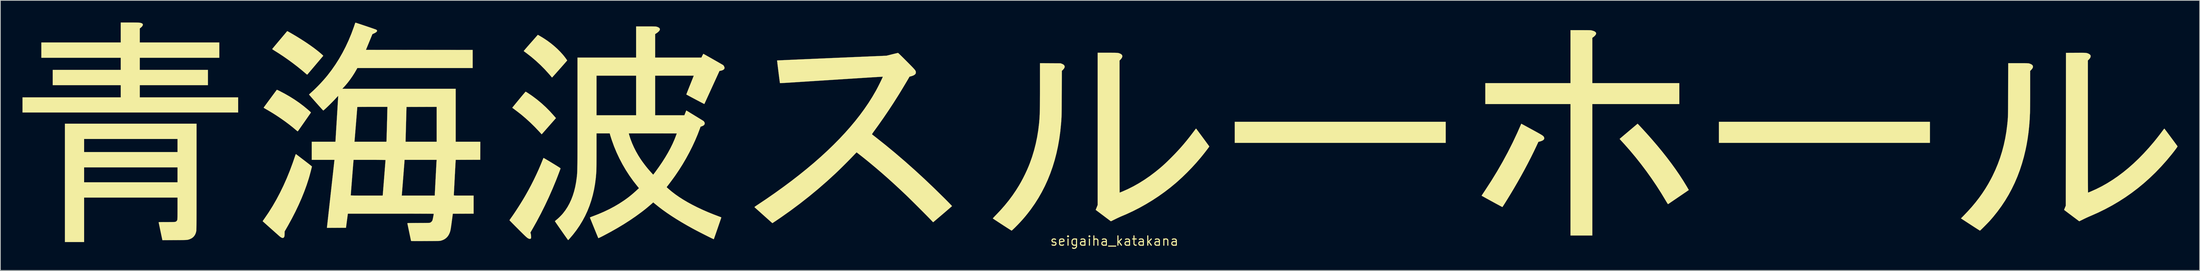
<source format=kicad_pcb>
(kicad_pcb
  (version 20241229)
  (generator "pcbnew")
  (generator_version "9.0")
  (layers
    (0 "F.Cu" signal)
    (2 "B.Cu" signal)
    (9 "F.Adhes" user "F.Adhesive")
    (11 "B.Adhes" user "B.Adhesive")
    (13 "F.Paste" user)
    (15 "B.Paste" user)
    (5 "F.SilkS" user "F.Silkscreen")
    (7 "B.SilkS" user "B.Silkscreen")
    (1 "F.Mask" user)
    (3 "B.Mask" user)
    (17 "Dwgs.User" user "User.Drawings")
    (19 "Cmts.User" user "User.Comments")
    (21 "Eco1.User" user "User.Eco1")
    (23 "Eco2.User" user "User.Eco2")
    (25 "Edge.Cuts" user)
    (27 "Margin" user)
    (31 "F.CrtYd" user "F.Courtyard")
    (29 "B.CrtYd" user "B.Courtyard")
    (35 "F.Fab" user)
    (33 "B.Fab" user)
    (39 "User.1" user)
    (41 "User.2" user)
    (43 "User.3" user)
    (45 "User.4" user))
  (footprint "seigaiha_katakana"
    (layer "F.Cu")
    (at 148.214 29.66)
    (property "Reference" "seigaiha_katakana" (at 0 0 0) (layer "F.SilkS") (effects (font (size 1.27 1.27) (thickness 0.15))))
    (attr through_hole)
    (fp_poly (pts (xy 44.979 -13.314) (xy 16.341 -13.314) (xy 16.341 -16.171) (xy 44.979 -16.171) (xy 44.979 -13.314)) (stroke (width 0.01) (type solid)) (fill yes) (layer "F.SilkS"))
    (fp_poly (pts (xy 110.702 -13.314) (xy 82.063 -13.314) (xy 82.063 -16.171) (xy 110.702 -16.171) (xy 110.702 -13.314)) (stroke (width 0.01) (type solid)) (fill yes) (layer "F.SilkS"))
    (fp_poly (pts (xy 63.272 -28.617) (xy 63.548 -28.617) (xy 63.784 -28.617) (xy 63.985 -28.616) (xy 64.154 -28.615) (xy 64.295 -28.614) (xy 64.41 -28.612) (xy 64.504 -28.609) (xy 64.58 -28.606) (xy 64.641 -28.602) (xy 64.691 -28.597) (xy 64.733 -28.591) (xy 64.77 -28.584) (xy 64.804 -28.576) (xy 64.999 -28.521) (xy 65.153 -28.459) (xy 65.268 -28.389) (xy 65.346 -28.311) (xy 65.372 -28.267) (xy 65.394 -28.211) (xy 65.397 -28.162) (xy 65.383 -28.096) (xy 65.383 -28.095) (xy 65.342 -28.005) (xy 65.267 -27.905) (xy 65.165 -27.799) (xy 65.042 -27.694) (xy 65.012 -27.672) (xy 64.876 -27.572) (xy 64.876 -21.421) (xy 76.687 -21.421) (xy 76.687 -18.584) (xy 64.876 -18.584) (xy 64.876 -0.741) (xy 61.913 -0.741) (xy 61.913 -18.584) (xy 50.355 -18.584) (xy 50.355 -21.421) (xy 61.913 -21.421) (xy 61.913 -28.617) (xy 63.272 -28.617)) (stroke (width 0.01) (type solid)) (fill yes) (layer "F.SilkS"))
    (fp_poly (pts (xy -133.378 -29.654) (xy -133.139 -29.654) (xy -132.935 -29.652) (xy -132.762 -29.65) (xy -132.617 -29.647) (xy -132.496 -29.642) (xy -132.396 -29.635) (xy -132.313 -29.627) (xy -132.243 -29.617) (xy -132.183 -29.605) (xy -132.129 -29.59) (xy -132.077 -29.572) (xy -132.034 -29.555) (xy -131.941 -29.502) (xy -131.887 -29.434) (xy -131.871 -29.353) (xy -131.893 -29.261) (xy -131.951 -29.159) (xy -132.047 -29.051) (xy -132.146 -28.963) (xy -132.292 -28.845) (xy -132.292 -26.945) (xy -121.497 -26.945) (xy -121.497 -24.871) (xy -132.292 -24.871) (xy -132.292 -23.22) (xy -123.042 -23.22) (xy -123.042 -21.145) (xy -132.292 -21.145) (xy -132.292 -19.494) (xy -118.936 -19.494) (xy -118.936 -17.441) (xy -148.209 -17.441) (xy -148.209 -19.494) (xy -134.874 -19.494) (xy -134.874 -21.145) (xy -144.103 -21.145) (xy -144.103 -23.22) (xy -134.874 -23.22) (xy -134.874 -24.871) (xy -145.648 -24.871) (xy -145.648 -26.945) (xy -134.874 -26.945) (xy -134.874 -29.654) (xy -133.656 -29.654) (xy -133.378 -29.654)) (stroke (width 0.01) (type solid)) (fill yes) (layer "F.SilkS"))
    (fp_poly (pts (xy 71.192 -15.743) (xy 71.374 -15.55) (xy 71.578 -15.331) (xy 71.798 -15.092) (xy 72.029 -14.839) (xy 72.266 -14.578) (xy 72.502 -14.315) (xy 72.732 -14.056) (xy 72.951 -13.807) (xy 72.975 -13.78) (xy 73.683 -12.954) (xy 74.357 -12.137) (xy 74.997 -11.328) (xy 75.603 -10.53) (xy 76.173 -9.742) (xy 76.707 -8.966) (xy 77.203 -8.203) (xy 77.661 -7.455) (xy 77.878 -7.082) (xy 77.974 -6.914) (xy 77.865 -6.837) (xy 77.83 -6.812) (xy 77.764 -6.768) (xy 77.672 -6.704) (xy 77.556 -6.625) (xy 77.419 -6.532) (xy 77.266 -6.427) (xy 77.098 -6.313) (xy 76.921 -6.192) (xy 76.736 -6.066) (xy 76.546 -5.937) (xy 76.357 -5.808) (xy 76.17 -5.681) (xy 75.989 -5.558) (xy 75.817 -5.441) (xy 75.658 -5.333) (xy 75.515 -5.235) (xy 75.391 -5.151) (xy 75.289 -5.082) (xy 75.213 -5.031) (xy 75.167 -5) (xy 75.152 -4.99) (xy 75.137 -5.005) (xy 75.103 -5.051) (xy 75.054 -5.126) (xy 74.992 -5.224) (xy 74.921 -5.34) (xy 74.843 -5.471) (xy 74.826 -5.5) (xy 74.224 -6.499) (xy 73.585 -7.497) (xy 72.913 -8.489) (xy 72.212 -9.47) (xy 71.486 -10.433) (xy 70.74 -11.374) (xy 69.976 -12.287) (xy 69.201 -13.166) (xy 68.816 -13.584) (xy 68.737 -13.671) (xy 68.671 -13.747) (xy 68.621 -13.808) (xy 68.593 -13.847) (xy 68.589 -13.859) (xy 68.608 -13.875) (xy 68.656 -13.916) (xy 68.731 -13.98) (xy 68.831 -14.065) (xy 68.953 -14.168) (xy 69.095 -14.288) (xy 69.254 -14.423) (xy 69.428 -14.569) (xy 69.613 -14.726) (xy 69.808 -14.89) (xy 69.815 -14.896) (xy 71.025 -15.917) (xy 71.192 -15.743)) (stroke (width 0.01) (type solid)) (fill yes) (layer "F.SilkS"))
    (fp_poly (pts (xy -79.875 -20.249) (xy -79.811 -20.211) (xy -79.723 -20.156) (xy -79.616 -20.087) (xy -79.496 -20.008) (xy -79.368 -19.922) (xy -79.236 -19.833) (xy -79.107 -19.744) (xy -78.988 -19.66) (xy -78.367 -19.194) (xy -77.76 -18.691) (xy -77.173 -18.154) (xy -76.608 -17.585) (xy -76.07 -16.989) (xy -76.06 -16.977) (xy -75.797 -16.672) (xy -75.847 -16.617) (xy -75.87 -16.592) (xy -75.918 -16.538) (xy -75.988 -16.458) (xy -76.079 -16.354) (xy -76.188 -16.231) (xy -76.312 -16.09) (xy -76.449 -15.935) (xy -76.596 -15.768) (xy -76.75 -15.592) (xy -76.771 -15.568) (xy -76.926 -15.392) (xy -77.074 -15.224) (xy -77.212 -15.067) (xy -77.337 -14.925) (xy -77.448 -14.8) (xy -77.541 -14.694) (xy -77.614 -14.611) (xy -77.665 -14.555) (xy -77.69 -14.526) (xy -77.692 -14.525) (xy -77.738 -14.476) (xy -78.053 -14.821) (xy -78.658 -15.46) (xy -79.273 -16.063) (xy -79.906 -16.639) (xy -80.472 -17.119) (xy -80.547 -17.18) (xy -80.644 -17.257) (xy -80.757 -17.345) (xy -80.881 -17.442) (xy -81.012 -17.542) (xy -81.145 -17.643) (xy -81.274 -17.741) (xy -81.395 -17.832) (xy -81.502 -17.913) (xy -81.592 -17.979) (xy -81.658 -18.026) (xy -81.696 -18.052) (xy -81.698 -18.053) (xy -81.723 -18.079) (xy -81.714 -18.106) (xy -81.697 -18.127) (xy -81.656 -18.179) (xy -81.592 -18.257) (xy -81.508 -18.36) (xy -81.407 -18.484) (xy -81.29 -18.627) (xy -81.16 -18.785) (xy -81.019 -18.957) (xy -80.87 -19.138) (xy -80.814 -19.206) (xy -80.655 -19.4) (xy -80.505 -19.58) (xy -80.368 -19.744) (xy -80.244 -19.89) (xy -80.137 -20.016) (xy -80.048 -20.119) (xy -79.979 -20.196) (xy -79.933 -20.246) (xy -79.91 -20.266) (xy -79.909 -20.266) (xy -79.875 -20.249)) (stroke (width 0.01) (type solid)) (fill yes) (layer "F.SilkS"))
    (fp_poly (pts (xy -113.662 -20.516) (xy -113.606 -20.494) (xy -113.526 -20.459) (xy -113.429 -20.413) (xy -113.343 -20.371) (xy -112.618 -19.991) (xy -111.929 -19.597) (xy -111.275 -19.187) (xy -110.651 -18.758) (xy -110.054 -18.307) (xy -109.48 -17.833) (xy -109.288 -17.665) (xy -109.206 -17.59) (xy -109.137 -17.524) (xy -109.087 -17.471) (xy -109.061 -17.438) (xy -109.058 -17.431) (xy -109.072 -17.41) (xy -109.107 -17.358) (xy -109.162 -17.278) (xy -109.234 -17.174) (xy -109.321 -17.048) (xy -109.421 -16.904) (xy -109.531 -16.746) (xy -109.649 -16.577) (xy -109.773 -16.4) (xy -109.899 -16.218) (xy -110.027 -16.036) (xy -110.153 -15.855) (xy -110.276 -15.68) (xy -110.392 -15.515) (xy -110.5 -15.361) (xy -110.597 -15.223) (xy -110.68 -15.105) (xy -110.749 -15.008) (xy -110.799 -14.938) (xy -110.829 -14.896) (xy -110.836 -14.887) (xy -110.855 -14.883) (xy -110.888 -14.898) (xy -110.941 -14.936) (xy -111.018 -14.998) (xy -111.083 -15.053) (xy -111.55 -15.442) (xy -112.049 -15.835) (xy -112.572 -16.226) (xy -113.111 -16.607) (xy -113.602 -16.938) (xy -113.79 -17.061) (xy -113.967 -17.174) (xy -114.138 -17.283) (xy -114.31 -17.389) (xy -114.489 -17.498) (xy -114.682 -17.613) (xy -114.895 -17.738) (xy -115.133 -17.876) (xy -115.332 -17.99) (xy -115.415 -18.042) (xy -115.462 -18.08) (xy -115.472 -18.104) (xy -115.472 -18.104) (xy -115.455 -18.129) (xy -115.415 -18.184) (xy -115.356 -18.266) (xy -115.279 -18.371) (xy -115.187 -18.496) (xy -115.083 -18.638) (xy -114.969 -18.793) (xy -114.847 -18.959) (xy -114.72 -19.131) (xy -114.59 -19.307) (xy -114.46 -19.482) (xy -114.333 -19.655) (xy -114.21 -19.821) (xy -114.094 -19.977) (xy -113.988 -20.12) (xy -113.894 -20.246) (xy -113.814 -20.353) (xy -113.751 -20.436) (xy -113.708 -20.493) (xy -113.687 -20.52) (xy -113.686 -20.521) (xy -113.662 -20.516)) (stroke (width 0.01) (type solid)) (fill yes) (layer "F.SilkS"))
    (fp_poly (pts (xy -112.257 -28.475) (xy -112.222 -28.462) (xy -112.169 -28.436) (xy -112.092 -28.394) (xy -111.986 -28.334) (xy -111.927 -28.3) (xy -111.404 -27.997) (xy -110.895 -27.692) (xy -110.403 -27.386) (xy -109.931 -27.083) (xy -109.48 -26.782) (xy -109.055 -26.487) (xy -108.656 -26.199) (xy -108.288 -25.919) (xy -107.952 -25.65) (xy -107.651 -25.394) (xy -107.478 -25.237) (xy -107.423 -25.185) (xy -107.396 -25.153) (xy -107.392 -25.131) (xy -107.405 -25.108) (xy -107.416 -25.096) (xy -107.436 -25.073) (xy -107.481 -25.02) (xy -107.549 -24.94) (xy -107.638 -24.836) (xy -107.745 -24.71) (xy -107.868 -24.564) (xy -108.005 -24.403) (xy -108.154 -24.227) (xy -108.313 -24.04) (xy -108.479 -23.844) (xy -108.644 -23.649) (xy -108.803 -23.462) (xy -108.951 -23.287) (xy -109.088 -23.126) (xy -109.211 -22.981) (xy -109.318 -22.856) (xy -109.406 -22.752) (xy -109.473 -22.673) (xy -109.518 -22.621) (xy -109.537 -22.599) (xy -109.537 -22.599) (xy -109.554 -22.584) (xy -109.573 -22.581) (xy -109.599 -22.592) (xy -109.64 -22.621) (xy -109.702 -22.673) (xy -109.762 -22.725) (xy -110.324 -23.201) (xy -110.918 -23.68) (xy -111.535 -24.153) (xy -112.167 -24.614) (xy -112.804 -25.058) (xy -113.437 -25.476) (xy -113.957 -25.802) (xy -114.067 -25.871) (xy -114.163 -25.933) (xy -114.24 -25.986) (xy -114.293 -26.025) (xy -114.315 -26.047) (xy -114.316 -26.049) (xy -114.301 -26.069) (xy -114.262 -26.119) (xy -114.2 -26.196) (xy -114.117 -26.297) (xy -114.015 -26.42) (xy -113.897 -26.562) (xy -113.764 -26.721) (xy -113.619 -26.894) (xy -113.464 -27.078) (xy -113.326 -27.242) (xy -113.164 -27.434) (xy -113.009 -27.618) (xy -112.864 -27.791) (xy -112.731 -27.949) (xy -112.611 -28.091) (xy -112.509 -28.213) (xy -112.425 -28.313) (xy -112.361 -28.388) (xy -112.322 -28.436) (xy -112.308 -28.453) (xy -112.295 -28.468) (xy -112.28 -28.476) (xy -112.257 -28.475)) (stroke (width 0.01) (type solid)) (fill yes) (layer "F.SilkS"))
    (fp_poly (pts (xy -78.242 -27.972) (xy -78.192 -27.946) (xy -78.116 -27.904) (xy -78.021 -27.849) (xy -77.912 -27.785) (xy -77.794 -27.715) (xy -77.672 -27.642) (xy -77.553 -27.568) (xy -77.442 -27.499) (xy -77.434 -27.494) (xy -76.955 -27.174) (xy -76.489 -26.828) (xy -76.041 -26.461) (xy -75.616 -26.079) (xy -75.221 -25.686) (xy -74.862 -25.288) (xy -74.769 -25.178) (xy -74.688 -25.077) (xy -74.605 -24.97) (xy -74.523 -24.862) (xy -74.447 -24.758) (xy -74.38 -24.665) (xy -74.327 -24.587) (xy -74.292 -24.53) (xy -74.278 -24.5) (xy -74.278 -24.498) (xy -74.293 -24.479) (xy -74.333 -24.431) (xy -74.396 -24.358) (xy -74.479 -24.262) (xy -74.579 -24.147) (xy -74.694 -24.016) (xy -74.821 -23.872) (xy -74.957 -23.718) (xy -75.099 -23.556) (xy -75.246 -23.391) (xy -75.393 -23.225) (xy -75.539 -23.061) (xy -75.68 -22.902) (xy -75.814 -22.751) (xy -75.938 -22.612) (xy -76.05 -22.488) (xy -76.147 -22.381) (xy -76.225 -22.294) (xy -76.283 -22.231) (xy -76.317 -22.195) (xy -76.326 -22.187) (xy -76.347 -22.199) (xy -76.382 -22.236) (xy -76.403 -22.261) (xy -76.436 -22.303) (xy -76.492 -22.369) (xy -76.564 -22.455) (xy -76.647 -22.552) (xy -76.732 -22.649) (xy -77.302 -23.278) (xy -77.903 -23.884) (xy -78.528 -24.462) (xy -79.172 -25.009) (xy -79.832 -25.519) (xy -79.915 -25.579) (xy -80.004 -25.646) (xy -80.081 -25.704) (xy -80.139 -25.749) (xy -80.171 -25.777) (xy -80.176 -25.782) (xy -80.163 -25.801) (xy -80.125 -25.848) (xy -80.063 -25.922) (xy -79.98 -26.02) (xy -79.877 -26.139) (xy -79.758 -26.277) (xy -79.625 -26.431) (xy -79.479 -26.597) (xy -79.323 -26.775) (xy -79.225 -26.886) (xy -79.064 -27.069) (xy -78.911 -27.242) (xy -78.769 -27.403) (xy -78.64 -27.55) (xy -78.526 -27.679) (xy -78.429 -27.789) (xy -78.353 -27.876) (xy -78.298 -27.938) (xy -78.268 -27.973) (xy -78.262 -27.979) (xy -78.242 -27.972)) (stroke (width 0.01) (type solid)) (fill yes) (layer "F.SilkS"))
    (fp_poly (pts (xy 55.308 -15.875) (xy 55.338 -15.859) (xy 55.403 -15.824) (xy 55.498 -15.772) (xy 55.622 -15.705) (xy 55.77 -15.625) (xy 55.939 -15.533) (xy 56.126 -15.431) (xy 56.329 -15.321) (xy 56.544 -15.204) (xy 56.727 -15.104) (xy 56.998 -14.956) (xy 57.234 -14.826) (xy 57.438 -14.714) (xy 57.613 -14.616) (xy 57.76 -14.532) (xy 57.884 -14.46) (xy 57.985 -14.398) (xy 58.068 -14.345) (xy 58.134 -14.299) (xy 58.185 -14.258) (xy 58.226 -14.221) (xy 58.257 -14.186) (xy 58.282 -14.151) (xy 58.304 -14.116) (xy 58.316 -14.093) (xy 58.354 -13.982) (xy 58.351 -13.879) (xy 58.307 -13.785) (xy 58.222 -13.698) (xy 58.096 -13.621) (xy 57.93 -13.552) (xy 57.723 -13.492) (xy 57.72 -13.491) (xy 57.559 -13.452) (xy 57.318 -12.933) (xy 56.949 -12.156) (xy 56.552 -11.353) (xy 56.13 -10.531) (xy 55.685 -9.693) (xy 55.22 -8.844) (xy 54.737 -7.989) (xy 54.239 -7.133) (xy 53.943 -6.636) (xy 53.82 -6.432) (xy 53.694 -6.224) (xy 53.567 -6.016) (xy 53.441 -5.811) (xy 53.318 -5.611) (xy 53.2 -5.421) (xy 53.089 -5.243) (xy 52.987 -5.08) (xy 52.895 -4.936) (xy 52.817 -4.814) (xy 52.753 -4.716) (xy 52.706 -4.647) (xy 52.677 -4.608) (xy 52.67 -4.602) (xy 52.649 -4.611) (xy 52.594 -4.639) (xy 52.507 -4.684) (xy 52.392 -4.745) (xy 52.252 -4.82) (xy 52.089 -4.908) (xy 51.906 -5.006) (xy 51.707 -5.114) (xy 51.493 -5.23) (xy 51.269 -5.353) (xy 51.251 -5.363) (xy 51.026 -5.486) (xy 50.812 -5.603) (xy 50.613 -5.712) (xy 50.43 -5.813) (xy 50.267 -5.904) (xy 50.127 -5.982) (xy 50.012 -6.046) (xy 49.925 -6.096) (xy 49.87 -6.128) (xy 49.848 -6.142) (xy 49.848 -6.142) (xy 49.859 -6.162) (xy 49.892 -6.214) (xy 49.943 -6.293) (xy 50.011 -6.396) (xy 50.092 -6.519) (xy 50.185 -6.659) (xy 50.286 -6.812) (xy 50.341 -6.893) (xy 51.166 -8.162) (xy 51.951 -9.442) (xy 52.696 -10.734) (xy 53.401 -12.036) (xy 54.065 -13.349) (xy 54.688 -14.672) (xy 55.108 -15.624) (xy 55.233 -15.914) (xy 55.308 -15.875)) (stroke (width 0.01) (type solid)) (fill yes) (layer "F.SilkS"))
    (fp_poly (pts (xy -111.095 -11.793) (xy -111.075 -11.777) (xy -111.024 -11.738) (xy -110.944 -11.678) (xy -110.84 -11.598) (xy -110.714 -11.502) (xy -110.569 -11.391) (xy -110.408 -11.268) (xy -110.233 -11.134) (xy -110.048 -10.993) (xy -109.998 -10.955) (xy -109.811 -10.812) (xy -109.634 -10.676) (xy -109.471 -10.549) (xy -109.323 -10.434) (xy -109.195 -10.333) (xy -109.088 -10.248) (xy -109.005 -10.181) (xy -108.95 -10.135) (xy -108.925 -10.111) (xy -108.924 -10.109) (xy -108.929 -10.074) (xy -108.944 -10.004) (xy -108.968 -9.904) (xy -108.999 -9.779) (xy -109.036 -9.635) (xy -109.076 -9.477) (xy -109.12 -9.312) (xy -109.165 -9.143) (xy -109.21 -8.976) (xy -109.253 -8.818) (xy -109.294 -8.673) (xy -109.331 -8.546) (xy -109.354 -8.467) (xy -109.638 -7.591) (xy -109.961 -6.704) (xy -110.323 -5.806) (xy -110.725 -4.895) (xy -111.165 -3.972) (xy -111.646 -3.037) (xy -112.166 -2.088) (xy -112.49 -1.525) (xy -112.631 -1.283) (xy -112.635 -0.964) (xy -112.637 -0.837) (xy -112.64 -0.745) (xy -112.646 -0.677) (xy -112.656 -0.626) (xy -112.67 -0.583) (xy -112.686 -0.548) (xy -112.744 -0.463) (xy -112.815 -0.415) (xy -112.903 -0.405) (xy -113.009 -0.432) (xy -113.063 -0.455) (xy -113.144 -0.501) (xy -113.228 -0.559) (xy -113.264 -0.587) (xy -113.309 -0.626) (xy -113.379 -0.687) (xy -113.473 -0.769) (xy -113.585 -0.869) (xy -113.715 -0.984) (xy -113.858 -1.11) (xy -114.011 -1.247) (xy -114.172 -1.39) (xy -114.338 -1.538) (xy -114.506 -1.687) (xy -114.672 -1.835) (xy -114.834 -1.979) (xy -114.988 -2.117) (xy -115.132 -2.246) (xy -115.263 -2.363) (xy -115.377 -2.466) (xy -115.473 -2.552) (xy -115.545 -2.617) (xy -115.593 -2.661) (xy -115.612 -2.679) (xy -115.612 -2.68) (xy -115.601 -2.699) (xy -115.568 -2.748) (xy -115.518 -2.821) (xy -115.454 -2.912) (xy -115.38 -3.016) (xy -115.361 -3.044) (xy -114.798 -3.869) (xy -114.259 -4.73) (xy -113.743 -5.624) (xy -113.252 -6.553) (xy -112.784 -7.515) (xy -112.341 -8.51) (xy -111.923 -9.536) (xy -111.53 -10.595) (xy -111.278 -11.329) (xy -111.22 -11.501) (xy -111.173 -11.632) (xy -111.137 -11.724) (xy -111.112 -11.778) (xy -111.096 -11.793) (xy -111.095 -11.793)) (stroke (width 0.01) (type solid)) (fill yes) (layer "F.SilkS"))
    (fp_poly (pts (xy -77.469 -11.261) (xy -77.415 -11.234) (xy -77.332 -11.187) (xy -77.222 -11.124) (xy -77.088 -11.045) (xy -76.933 -10.954) (xy -76.76 -10.85) (xy -76.573 -10.737) (xy -76.374 -10.617) (xy -76.318 -10.582) (xy -76.083 -10.439) (xy -75.882 -10.316) (xy -75.712 -10.211) (xy -75.571 -10.123) (xy -75.456 -10.051) (xy -75.365 -9.992) (xy -75.295 -9.946) (xy -75.244 -9.909) (xy -75.209 -9.882) (xy -75.187 -9.861) (xy -75.177 -9.846) (xy -75.175 -9.835) (xy -75.176 -9.833) (xy -75.193 -9.783) (xy -75.223 -9.698) (xy -75.265 -9.585) (xy -75.316 -9.448) (xy -75.374 -9.293) (xy -75.437 -9.126) (xy -75.504 -8.952) (xy -75.571 -8.776) (xy -75.638 -8.604) (xy -75.702 -8.44) (xy -75.76 -8.292) (xy -75.791 -8.213) (xy -76.263 -7.072) (xy -76.764 -5.937) (xy -77.292 -4.815) (xy -77.843 -3.713) (xy -78.414 -2.638) (xy -78.885 -1.799) (xy -78.963 -1.663) (xy -79.037 -1.534) (xy -79.103 -1.42) (xy -79.157 -1.324) (xy -79.197 -1.254) (xy -79.219 -1.217) (xy -79.267 -1.132) (xy -79.223 -0.984) (xy -79.198 -0.878) (xy -79.183 -0.757) (xy -79.177 -0.609) (xy -79.177 -0.596) (xy -79.176 -0.492) (xy -79.178 -0.421) (xy -79.183 -0.376) (xy -79.194 -0.347) (xy -79.212 -0.326) (xy -79.224 -0.316) (xy -79.298 -0.282) (xy -79.394 -0.282) (xy -79.485 -0.307) (xy -79.527 -0.324) (xy -79.569 -0.344) (xy -79.615 -0.37) (xy -79.665 -0.404) (xy -79.722 -0.448) (xy -79.789 -0.503) (xy -79.867 -0.572) (xy -79.96 -0.657) (xy -80.068 -0.759) (xy -80.195 -0.882) (xy -80.342 -1.026) (xy -80.512 -1.194) (xy -80.707 -1.387) (xy -80.929 -1.609) (xy -80.957 -1.637) (xy -81.14 -1.82) (xy -81.314 -1.994) (xy -81.476 -2.158) (xy -81.625 -2.308) (xy -81.758 -2.443) (xy -81.873 -2.561) (xy -81.968 -2.658) (xy -82.039 -2.733) (xy -82.086 -2.783) (xy -82.105 -2.806) (xy -82.106 -2.807) (xy -82.094 -2.832) (xy -82.061 -2.884) (xy -82.013 -2.956) (xy -81.953 -3.042) (xy -81.933 -3.071) (xy -81.677 -3.434) (xy -81.409 -3.828) (xy -81.134 -4.244) (xy -80.856 -4.675) (xy -80.58 -5.112) (xy -80.312 -5.548) (xy -80.057 -5.975) (xy -79.887 -6.269) (xy -79.519 -6.926) (xy -79.158 -7.604) (xy -78.808 -8.295) (xy -78.474 -8.99) (xy -78.158 -9.68) (xy -77.868 -10.356) (xy -77.714 -10.732) (xy -77.658 -10.871) (xy -77.606 -10.998) (xy -77.561 -11.106) (xy -77.525 -11.191) (xy -77.5 -11.247) (xy -77.489 -11.269) (xy -77.469 -11.261)) (stroke (width 0.01) (type solid)) (fill yes) (layer "F.SilkS"))
    (fp_poly (pts (xy -7.313 -24.119) (xy -7.162 -24.064) (xy -7.011 -24) (xy -6.897 -23.93) (xy -6.816 -23.852) (xy -6.778 -23.791) (xy -6.746 -23.691) (xy -6.752 -23.585) (xy -6.795 -23.472) (xy -6.878 -23.349) (xy -6.996 -23.218) (xy -7.13 -23.084) (xy -7.139 -20.099) (xy -7.141 -19.672) (xy -7.142 -19.285) (xy -7.143 -18.935) (xy -7.145 -18.619) (xy -7.146 -18.334) (xy -7.148 -18.078) (xy -7.15 -17.847) (xy -7.153 -17.639) (xy -7.156 -17.451) (xy -7.159 -17.281) (xy -7.163 -17.125) (xy -7.168 -16.981) (xy -7.173 -16.846) (xy -7.179 -16.718) (xy -7.186 -16.593) (xy -7.194 -16.468) (xy -7.202 -16.342) (xy -7.212 -16.21) (xy -7.223 -16.072) (xy -7.235 -15.922) (xy -7.24 -15.864) (xy -7.342 -14.838) (xy -7.48 -13.834) (xy -7.653 -12.853) (xy -7.861 -11.895) (xy -8.104 -10.96) (xy -8.383 -10.048) (xy -8.697 -9.159) (xy -9.046 -8.293) (xy -9.43 -7.451) (xy -9.85 -6.632) (xy -10.304 -5.837) (xy -10.793 -5.065) (xy -11.317 -4.318) (xy -11.44 -4.153) (xy -11.755 -3.744) (xy -12.068 -3.356) (xy -12.386 -2.983) (xy -12.718 -2.614) (xy -13.071 -2.241) (xy -13.428 -1.879) (xy -13.547 -1.762) (xy -13.657 -1.656) (xy -13.755 -1.563) (xy -13.837 -1.488) (xy -13.899 -1.433) (xy -13.937 -1.403) (xy -13.947 -1.399) (xy -13.97 -1.41) (xy -14.025 -1.443) (xy -14.11 -1.496) (xy -14.222 -1.566) (xy -14.357 -1.652) (xy -14.513 -1.751) (xy -14.687 -1.863) (xy -14.876 -1.985) (xy -15.077 -2.115) (xy -15.229 -2.215) (xy -15.437 -2.35) (xy -15.634 -2.479) (xy -15.819 -2.6) (xy -15.987 -2.71) (xy -16.136 -2.808) (xy -16.263 -2.892) (xy -16.366 -2.96) (xy -16.441 -3.01) (xy -16.486 -3.04) (xy -16.498 -3.048) (xy -16.489 -3.069) (xy -16.452 -3.116) (xy -16.389 -3.188) (xy -16.302 -3.282) (xy -16.193 -3.397) (xy -16.065 -3.528) (xy -16.064 -3.529) (xy -15.446 -4.181) (xy -14.868 -4.84) (xy -14.327 -5.507) (xy -13.821 -6.188) (xy -13.347 -6.885) (xy -12.956 -7.511) (xy -12.669 -8.008) (xy -12.388 -8.533) (xy -12.118 -9.073) (xy -11.865 -9.617) (xy -11.634 -10.154) (xy -11.472 -10.562) (xy -11.168 -11.419) (xy -10.902 -12.295) (xy -10.674 -13.189) (xy -10.484 -14.099) (xy -10.333 -15.025) (xy -10.22 -15.965) (xy -10.171 -16.531) (xy -10.161 -16.676) (xy -10.152 -16.826) (xy -10.144 -16.982) (xy -10.136 -17.147) (xy -10.13 -17.324) (xy -10.124 -17.515) (xy -10.118 -17.722) (xy -10.114 -17.948) (xy -10.11 -18.195) (xy -10.106 -18.465) (xy -10.104 -18.761) (xy -10.101 -19.085) (xy -10.1 -19.44) (xy -10.098 -19.828) (xy -10.097 -20.251) (xy -10.097 -20.712) (xy -10.097 -21.194) (xy -10.097 -24.131) (xy -7.313 -24.119)) (stroke (width 0.01) (type solid)) (fill yes) (layer "F.SilkS"))
    (fp_poly (pts (xy 122.966 -24.13) (xy 123.201 -24.13) (xy 123.4 -24.129) (xy 123.568 -24.129) (xy 123.706 -24.127) (xy 123.819 -24.126) (xy 123.911 -24.123) (xy 123.983 -24.12) (xy 124.04 -24.116) (xy 124.086 -24.111) (xy 124.122 -24.105) (xy 124.154 -24.098) (xy 124.184 -24.09) (xy 124.198 -24.086) (xy 124.376 -24.021) (xy 124.514 -23.949) (xy 124.611 -23.868) (xy 124.67 -23.778) (xy 124.692 -23.677) (xy 124.692 -23.665) (xy 124.681 -23.57) (xy 124.647 -23.478) (xy 124.586 -23.379) (xy 124.493 -23.268) (xy 124.462 -23.235) (xy 124.312 -23.077) (xy 124.311 -20.55) (xy 124.311 -20.213) (xy 124.311 -19.879) (xy 124.31 -19.55) (xy 124.309 -19.232) (xy 124.307 -18.926) (xy 124.305 -18.638) (xy 124.304 -18.369) (xy 124.301 -18.124) (xy 124.299 -17.907) (xy 124.297 -17.72) (xy 124.294 -17.567) (xy 124.291 -17.451) (xy 124.29 -17.42) (xy 124.246 -16.491) (xy 124.178 -15.594) (xy 124.085 -14.724) (xy 123.968 -13.877) (xy 123.826 -13.049) (xy 123.688 -12.374) (xy 123.462 -11.428) (xy 123.202 -10.508) (xy 122.909 -9.613) (xy 122.581 -8.742) (xy 122.218 -7.894) (xy 121.82 -7.07) (xy 121.388 -6.267) (xy 120.92 -5.487) (xy 120.415 -4.727) (xy 119.875 -3.988) (xy 119.298 -3.268) (xy 118.917 -2.826) (xy 118.84 -2.74) (xy 118.745 -2.638) (xy 118.636 -2.523) (xy 118.516 -2.399) (xy 118.39 -2.269) (xy 118.259 -2.136) (xy 118.128 -2.003) (xy 118.001 -1.876) (xy 117.881 -1.756) (xy 117.77 -1.648) (xy 117.674 -1.555) (xy 117.595 -1.481) (xy 117.536 -1.428) (xy 117.502 -1.401) (xy 117.495 -1.398) (xy 117.473 -1.409) (xy 117.418 -1.442) (xy 117.333 -1.494) (xy 117.222 -1.564) (xy 117.087 -1.65) (xy 116.93 -1.75) (xy 116.756 -1.862) (xy 116.567 -1.984) (xy 116.365 -2.115) (xy 116.19 -2.229) (xy 114.915 -3.059) (xy 115.249 -3.397) (xy 115.835 -4.01) (xy 116.383 -4.619) (xy 116.894 -5.23) (xy 117.371 -5.845) (xy 117.817 -6.469) (xy 118.235 -7.105) (xy 118.627 -7.756) (xy 118.996 -8.427) (xy 119.19 -8.804) (xy 119.574 -9.619) (xy 119.92 -10.447) (xy 120.228 -11.29) (xy 120.497 -12.149) (xy 120.728 -13.025) (xy 120.922 -13.92) (xy 121.079 -14.833) (xy 121.198 -15.766) (xy 121.22 -15.982) (xy 121.232 -16.102) (xy 121.243 -16.213) (xy 121.252 -16.317) (xy 121.261 -16.418) (xy 121.269 -16.517) (xy 121.276 -16.616) (xy 121.282 -16.718) (xy 121.288 -16.825) (xy 121.293 -16.94) (xy 121.297 -17.065) (xy 121.301 -17.202) (xy 121.304 -17.354) (xy 121.307 -17.522) (xy 121.309 -17.71) (xy 121.312 -17.92) (xy 121.313 -18.153) (xy 121.315 -18.413) (xy 121.316 -18.701) (xy 121.317 -19.021) (xy 121.318 -19.373) (xy 121.319 -19.762) (xy 121.32 -20.188) (xy 121.321 -20.579) (xy 121.33 -24.13) (xy 122.691 -24.13) (xy 122.966 -24.13)) (stroke (width 0.01) (type solid)) (fill yes) (layer "F.SilkS"))
    (fp_poly (pts (xy -124.587 -8.723) (xy -124.587 -8.06) (xy -124.587 -7.438) (xy -124.587 -6.856) (xy -124.587 -6.311) (xy -124.588 -5.804) (xy -124.588 -5.333) (xy -124.588 -4.896) (xy -124.588 -4.493) (xy -124.589 -4.121) (xy -124.589 -3.779) (xy -124.59 -3.467) (xy -124.591 -3.182) (xy -124.592 -2.924) (xy -124.593 -2.692) (xy -124.594 -2.483) (xy -124.595 -2.296) (xy -124.596 -2.131) (xy -124.598 -1.986) (xy -124.599 -1.86) (xy -124.601 -1.75) (xy -124.603 -1.657) (xy -124.605 -1.579) (xy -124.607 -1.513) (xy -124.609 -1.46) (xy -124.611 -1.418) (xy -124.614 -1.385) (xy -124.617 -1.36) (xy -124.619 -1.347) (xy -124.681 -1.094) (xy -124.774 -0.869) (xy -124.899 -0.673) (xy -125.053 -0.506) (xy -125.239 -0.369) (xy -125.455 -0.26) (xy -125.534 -0.231) (xy -125.591 -0.211) (xy -125.642 -0.194) (xy -125.692 -0.179) (xy -125.742 -0.166) (xy -125.796 -0.155) (xy -125.858 -0.146) (xy -125.93 -0.138) (xy -126.015 -0.132) (xy -126.118 -0.127) (xy -126.24 -0.124) (xy -126.386 -0.121) (xy -126.557 -0.118) (xy -126.759 -0.116) (xy -126.993 -0.115) (xy -127.263 -0.113) (xy -127.573 -0.112) (xy -127.574 -0.112) (xy -129.217 -0.104) (xy -129.23 -0.152) (xy -129.238 -0.188) (xy -129.253 -0.258) (xy -129.275 -0.36) (xy -129.302 -0.488) (xy -129.334 -0.639) (xy -129.369 -0.806) (xy -129.407 -0.987) (xy -129.447 -1.176) (xy -129.487 -1.369) (xy -129.528 -1.562) (xy -129.567 -1.749) (xy -129.604 -1.927) (xy -129.638 -2.091) (xy -129.668 -2.236) (xy -129.694 -2.358) (xy -129.713 -2.453) (xy -129.726 -2.516) (xy -129.73 -2.542) (xy -129.731 -2.542) (xy -129.71 -2.546) (xy -129.651 -2.55) (xy -129.556 -2.553) (xy -129.43 -2.556) (xy -129.275 -2.558) (xy -129.097 -2.56) (xy -128.897 -2.561) (xy -128.68 -2.561) (xy -128.655 -2.561) (xy -128.395 -2.561) (xy -128.175 -2.562) (xy -127.989 -2.563) (xy -127.836 -2.566) (xy -127.71 -2.57) (xy -127.609 -2.576) (xy -127.529 -2.584) (xy -127.467 -2.595) (xy -127.418 -2.61) (xy -127.38 -2.627) (xy -127.348 -2.649) (xy -127.32 -2.675) (xy -127.292 -2.705) (xy -127.29 -2.708) (xy -127.24 -2.773) (xy -127.202 -2.844) (xy -127.192 -2.872) (xy -127.187 -2.913) (xy -127.182 -2.995) (xy -127.179 -3.12) (xy -127.175 -3.285) (xy -127.173 -3.492) (xy -127.171 -3.74) (xy -127.17 -4.028) (xy -127.169 -4.356) (xy -127.169 -4.419) (xy -127.169 -5.884) (xy -139.848 -5.884) (xy -139.848 0.148) (xy -142.452 0.148) (xy -142.452 -9.991) (xy -139.848 -9.991) (xy -139.848 -7.959) (xy -127.169 -7.959) (xy -127.169 -9.991) (xy -139.848 -9.991) (xy -142.452 -9.991) (xy -142.452 -13.843) (xy -139.848 -13.843) (xy -139.848 -12.065) (xy -127.169 -12.065) (xy -127.169 -13.843) (xy -139.848 -13.843) (xy -142.452 -13.843) (xy -142.452 -15.917) (xy -124.587 -15.917) (xy -124.587 -8.723)) (stroke (width 0.01) (type solid)) (fill yes) (layer "F.SilkS"))
    (fp_poly (pts (xy -0.646 -25.548) (xy -0.405 -25.548) (xy -0.199 -25.547) (xy -0.025 -25.546) (xy 0.121 -25.544) (xy 0.242 -25.54) (xy 0.342 -25.536) (xy 0.425 -25.529) (xy 0.494 -25.521) (xy 0.552 -25.51) (xy 0.603 -25.498) (xy 0.65 -25.482) (xy 0.698 -25.464) (xy 0.75 -25.443) (xy 0.773 -25.434) (xy 0.911 -25.361) (xy 1.009 -25.276) (xy 1.066 -25.179) (xy 1.084 -25.071) (xy 1.06 -24.953) (xy 0.996 -24.824) (xy 0.892 -24.686) (xy 0.831 -24.62) (xy 0.699 -24.485) (xy 0.699 -15.523) (xy 0.699 -14.868) (xy 0.699 -14.228) (xy 0.699 -13.606) (xy 0.699 -13.002) (xy 0.7 -12.417) (xy 0.7 -11.853) (xy 0.701 -11.31) (xy 0.701 -10.791) (xy 0.702 -10.295) (xy 0.702 -9.825) (xy 0.703 -9.382) (xy 0.704 -8.966) (xy 0.705 -8.579) (xy 0.706 -8.222) (xy 0.707 -7.897) (xy 0.708 -7.604) (xy 0.709 -7.345) (xy 0.71 -7.12) (xy 0.712 -6.932) (xy 0.713 -6.781) (xy 0.714 -6.668) (xy 0.715 -6.595) (xy 0.717 -6.563) (xy 0.717 -6.562) (xy 0.742 -6.569) (xy 0.799 -6.591) (xy 0.881 -6.623) (xy 0.982 -6.664) (xy 1.061 -6.696) (xy 1.827 -7.036) (xy 2.585 -7.417) (xy 3.336 -7.839) (xy 4.078 -8.304) (xy 4.813 -8.809) (xy 5.539 -9.357) (xy 6.16 -9.862) (xy 6.354 -10.028) (xy 6.539 -10.19) (xy 6.722 -10.353) (xy 6.906 -10.523) (xy 7.097 -10.704) (xy 7.301 -10.901) (xy 7.523 -11.119) (xy 7.759 -11.354) (xy 8.2 -11.804) (xy 8.619 -12.248) (xy 9.022 -12.692) (xy 9.415 -13.145) (xy 9.804 -13.613) (xy 10.196 -14.104) (xy 10.596 -14.625) (xy 10.703 -14.767) (xy 10.798 -14.892) (xy 10.885 -15.006) (xy 10.96 -15.104) (xy 11.021 -15.182) (xy 11.064 -15.235) (xy 11.086 -15.26) (xy 11.088 -15.261) (xy 11.102 -15.244) (xy 11.139 -15.197) (xy 11.196 -15.122) (xy 11.27 -15.023) (xy 11.36 -14.903) (xy 11.462 -14.765) (xy 11.575 -14.613) (xy 11.696 -14.45) (xy 11.823 -14.279) (xy 11.953 -14.104) (xy 12.083 -13.928) (xy 12.211 -13.754) (xy 12.335 -13.585) (xy 12.453 -13.425) (xy 12.561 -13.277) (xy 12.658 -13.145) (xy 12.741 -13.032) (xy 12.808 -12.94) (xy 12.855 -12.874) (xy 12.881 -12.836) (xy 12.886 -12.829) (xy 12.876 -12.805) (xy 12.842 -12.752) (xy 12.787 -12.674) (xy 12.713 -12.573) (xy 12.623 -12.453) (xy 12.521 -12.319) (xy 12.408 -12.172) (xy 12.288 -12.018) (xy 12.162 -11.858) (xy 12.035 -11.698) (xy 11.908 -11.541) (xy 11.784 -11.389) (xy 11.696 -11.282) (xy 11.118 -10.609) (xy 10.508 -9.943) (xy 9.875 -9.291) (xy 9.227 -8.662) (xy 8.571 -8.064) (xy 8.34 -7.862) (xy 7.586 -7.238) (xy 6.799 -6.636) (xy 5.984 -6.058) (xy 5.144 -5.507) (xy 4.284 -4.987) (xy 3.409 -4.498) (xy 2.522 -4.045) (xy 1.627 -3.63) (xy 0.974 -3.353) (xy 0.871 -3.309) (xy 0.74 -3.251) (xy 0.588 -3.181) (xy 0.424 -3.104) (xy 0.257 -3.024) (xy 0.1 -2.947) (xy -0.043 -2.877) (xy -0.172 -2.813) (xy -0.284 -2.758) (xy -0.374 -2.714) (xy -0.437 -2.683) (xy -0.469 -2.669) (xy -0.472 -2.668) (xy -0.489 -2.68) (xy -0.537 -2.716) (xy -0.613 -2.772) (xy -0.715 -2.848) (xy -0.838 -2.94) (xy -0.981 -3.047) (xy -1.14 -3.166) (xy -1.312 -3.296) (xy -1.495 -3.433) (xy -1.506 -3.441) (xy -2.536 -4.214) (xy -2.4 -4.552) (xy -2.265 -4.889) (xy -2.265 -25.548) (xy -0.926 -25.548) (xy -0.646 -25.548)) (stroke (width 0.01) (type solid)) (fill yes) (layer "F.SilkS"))
    (fp_poly (pts (xy 131.395 -25.545) (xy 131.54 -25.543) (xy 131.66 -25.54) (xy 131.759 -25.536) (xy 131.841 -25.53) (xy 131.909 -25.523) (xy 131.968 -25.513) (xy 132.02 -25.501) (xy 132.069 -25.487) (xy 132.119 -25.469) (xy 132.173 -25.449) (xy 132.19 -25.443) (xy 132.277 -25.401) (xy 132.366 -25.344) (xy 132.41 -25.308) (xy 132.466 -25.254) (xy 132.498 -25.209) (xy 132.513 -25.157) (xy 132.519 -25.109) (xy 132.514 -24.998) (xy 132.475 -24.887) (xy 132.4 -24.77) (xy 132.287 -24.643) (xy 132.282 -24.638) (xy 132.144 -24.5) (xy 132.144 -15.531) (xy 132.144 -14.802) (xy 132.144 -14.098) (xy 132.144 -13.42) (xy 132.144 -12.768) (xy 132.145 -12.145) (xy 132.145 -11.55) (xy 132.146 -10.984) (xy 132.146 -10.449) (xy 132.147 -9.944) (xy 132.148 -9.471) (xy 132.149 -9.031) (xy 132.15 -8.624) (xy 132.151 -8.251) (xy 132.152 -7.913) (xy 132.153 -7.611) (xy 132.154 -7.345) (xy 132.155 -7.116) (xy 132.157 -6.926) (xy 132.158 -6.775) (xy 132.16 -6.663) (xy 132.161 -6.592) (xy 132.163 -6.563) (xy 132.163 -6.562) (xy 132.188 -6.569) (xy 132.246 -6.591) (xy 132.328 -6.624) (xy 132.429 -6.664) (xy 132.507 -6.697) (xy 133.269 -7.036) (xy 134.021 -7.414) (xy 134.764 -7.833) (xy 135.498 -8.291) (xy 136.224 -8.789) (xy 136.941 -9.328) (xy 137.65 -9.907) (xy 138.351 -10.527) (xy 139.045 -11.188) (xy 139.731 -11.89) (xy 140.411 -12.634) (xy 141.067 -13.399) (xy 141.259 -13.633) (xy 141.467 -13.892) (xy 141.68 -14.163) (xy 141.891 -14.434) (xy 142.089 -14.696) (xy 142.229 -14.884) (xy 142.311 -14.993) (xy 142.384 -15.089) (xy 142.446 -15.167) (xy 142.493 -15.222) (xy 142.521 -15.25) (xy 142.526 -15.253) (xy 142.541 -15.236) (xy 142.578 -15.188) (xy 142.636 -15.112) (xy 142.711 -15.013) (xy 142.802 -14.893) (xy 142.906 -14.755) (xy 143.019 -14.603) (xy 143.141 -14.44) (xy 143.268 -14.27) (xy 143.398 -14.095) (xy 143.528 -13.92) (xy 143.656 -13.747) (xy 143.78 -13.58) (xy 143.897 -13.422) (xy 144.004 -13.276) (xy 144.099 -13.146) (xy 144.18 -13.035) (xy 144.245 -12.946) (xy 144.289 -12.884) (xy 144.313 -12.85) (xy 144.314 -12.847) (xy 144.308 -12.818) (xy 144.276 -12.76) (xy 144.22 -12.673) (xy 144.141 -12.56) (xy 144.041 -12.424) (xy 143.922 -12.266) (xy 143.785 -12.088) (xy 143.631 -11.893) (xy 143.528 -11.763) (xy 142.815 -10.906) (xy 142.082 -10.086) (xy 141.329 -9.303) (xy 140.553 -8.556) (xy 139.756 -7.844) (xy 138.936 -7.168) (xy 138.093 -6.527) (xy 137.227 -5.921) (xy 136.337 -5.349) (xy 135.422 -4.811) (xy 134.483 -4.307) (xy 133.518 -3.836) (xy 132.527 -3.398) (xy 132.45 -3.366) (xy 132.299 -3.301) (xy 132.123 -3.223) (xy 131.934 -3.136) (xy 131.744 -3.047) (xy 131.567 -2.961) (xy 131.493 -2.924) (xy 131.358 -2.856) (xy 131.235 -2.795) (xy 131.131 -2.744) (xy 131.049 -2.703) (xy 130.995 -2.677) (xy 130.974 -2.668) (xy 130.974 -2.668) (xy 130.957 -2.68) (xy 130.908 -2.716) (xy 130.832 -2.772) (xy 130.731 -2.848) (xy 130.608 -2.94) (xy 130.465 -3.047) (xy 130.306 -3.165) (xy 130.134 -3.294) (xy 129.953 -3.431) (xy 129.77 -3.568) (xy 129.598 -3.697) (xy 129.438 -3.817) (xy 129.295 -3.926) (xy 129.17 -4.019) (xy 129.068 -4.097) (xy 128.991 -4.156) (xy 128.941 -4.193) (xy 128.923 -4.208) (xy 128.925 -4.232) (xy 128.942 -4.287) (xy 128.971 -4.367) (xy 129.01 -4.463) (xy 129.028 -4.508) (xy 129.148 -4.794) (xy 129.159 -15.166) (xy 129.17 -25.538) (xy 130.502 -25.543) (xy 130.78 -25.544) (xy 131.019 -25.545) (xy 131.223 -25.545) (xy 131.395 -25.545)) (stroke (width 0.01) (type solid)) (fill yes) (layer "F.SilkS"))
    (fp_poly (pts (xy -29.341 -25.512) (xy -29.292 -25.469) (xy -29.218 -25.4) (xy -29.119 -25.306) (xy -28.999 -25.189) (xy -28.859 -25.052) (xy -28.701 -24.896) (xy -28.527 -24.724) (xy -28.339 -24.536) (xy -28.214 -24.41) (xy -27.992 -24.187) (xy -27.798 -23.991) (xy -27.63 -23.82) (xy -27.486 -23.673) (xy -27.364 -23.546) (xy -27.263 -23.438) (xy -27.18 -23.347) (xy -27.113 -23.27) (xy -27.062 -23.205) (xy -27.023 -23.149) (xy -26.994 -23.101) (xy -26.975 -23.058) (xy -26.962 -23.018) (xy -26.955 -22.979) (xy -26.95 -22.939) (xy -26.95 -22.933) (xy -26.946 -22.831) (xy -26.96 -22.754) (xy -26.996 -22.685) (xy -27.046 -22.623) (xy -27.14 -22.543) (xy -27.27 -22.47) (xy -27.432 -22.405) (xy -27.612 -22.352) (xy -27.803 -22.306) (xy -27.939 -22.069) (xy -28.008 -21.949) (xy -28.097 -21.799) (xy -28.201 -21.623) (xy -28.317 -21.428) (xy -28.442 -21.22) (xy -28.572 -21.003) (xy -28.704 -20.783) (xy -28.835 -20.567) (xy -28.961 -20.359) (xy -29.079 -20.165) (xy -29.186 -19.99) (xy -29.278 -19.841) (xy -29.316 -19.78) (xy -29.979 -18.734) (xy -30.645 -17.72) (xy -31.32 -16.726) (xy -32.012 -15.742) (xy -32.465 -15.116) (xy -32.586 -14.95) (xy -32.684 -14.815) (xy -32.76 -14.707) (xy -32.817 -14.624) (xy -32.857 -14.562) (xy -32.881 -14.518) (xy -32.893 -14.49) (xy -32.893 -14.473) (xy -32.89 -14.468) (xy -32.866 -14.448) (xy -32.814 -14.406) (xy -32.737 -14.346) (xy -32.641 -14.27) (xy -32.53 -14.184) (xy -32.417 -14.096) (xy -31.08 -13.035) (xy -29.744 -11.933) (xy -28.407 -10.788) (xy -27.071 -9.602) (xy -25.736 -8.374) (xy -24.4 -7.103) (xy -23.064 -5.79) (xy -22.907 -5.633) (xy -22.748 -5.473) (xy -22.599 -5.322) (xy -22.462 -5.182) (xy -22.339 -5.056) (xy -22.234 -4.947) (xy -22.149 -4.857) (xy -22.086 -4.789) (xy -22.049 -4.746) (xy -22.039 -4.731) (xy -22.056 -4.714) (xy -22.102 -4.671) (xy -22.176 -4.605) (xy -22.275 -4.519) (xy -22.397 -4.413) (xy -22.538 -4.291) (xy -22.698 -4.154) (xy -22.872 -4.004) (xy -23.059 -3.844) (xy -23.256 -3.676) (xy -23.322 -3.62) (xy -24.599 -2.535) (xy -25.003 -2.956) (xy -25.115 -3.072) (xy -25.254 -3.214) (xy -25.416 -3.378) (xy -25.597 -3.562) (xy -25.795 -3.761) (xy -26.005 -3.973) (xy -26.225 -4.193) (xy -26.451 -4.419) (xy -26.68 -4.648) (xy -26.908 -4.875) (xy -27.132 -5.098) (xy -27.349 -5.312) (xy -27.555 -5.516) (xy -27.747 -5.705) (xy -27.921 -5.876) (xy -28.074 -6.026) (xy -28.203 -6.15) (xy -28.269 -6.213) (xy -29.116 -7.012) (xy -29.945 -7.778) (xy -30.762 -8.515) (xy -31.569 -9.225) (xy -32.371 -9.912) (xy -33.172 -10.58) (xy -33.697 -11.009) (xy -33.839 -11.124) (xy -33.988 -11.242) (xy -34.138 -11.362) (xy -34.288 -11.481) (xy -34.432 -11.594) (xy -34.568 -11.701) (xy -34.691 -11.797) (xy -34.798 -11.88) (xy -34.885 -11.946) (xy -34.948 -11.994) (xy -34.984 -12.019) (xy -34.991 -12.022) (xy -35.008 -12.008) (xy -35.05 -11.966) (xy -35.115 -11.9) (xy -35.198 -11.815) (xy -35.297 -11.713) (xy -35.406 -11.598) (xy -35.481 -11.52) (xy -35.632 -11.363) (xy -35.807 -11.183) (xy -36.001 -10.984) (xy -36.21 -10.773) (xy -36.429 -10.553) (xy -36.653 -10.33) (xy -36.876 -10.108) (xy -37.095 -9.892) (xy -37.304 -9.687) (xy -37.498 -9.498) (xy -37.673 -9.33) (xy -37.824 -9.187) (xy -37.826 -9.185) (xy -39.005 -8.105) (xy -40.208 -7.059) (xy -41.436 -6.044) (xy -42.691 -5.059) (xy -43.976 -4.101) (xy -45.293 -3.17) (xy -45.966 -2.713) (xy -46.088 -2.632) (xy -46.197 -2.559) (xy -46.29 -2.497) (xy -46.362 -2.45) (xy -46.407 -2.422) (xy -46.421 -2.413) (xy -46.438 -2.427) (xy -46.483 -2.467) (xy -46.556 -2.531) (xy -46.652 -2.616) (xy -46.771 -2.722) (xy -46.908 -2.844) (xy -47.063 -2.982) (xy -47.232 -3.132) (xy -47.413 -3.294) (xy -47.603 -3.464) (xy -47.625 -3.484) (xy -47.817 -3.656) (xy -48 -3.82) (xy -48.172 -3.974) (xy -48.33 -4.115) (xy -48.472 -4.242) (xy -48.595 -4.352) (xy -48.696 -4.443) (xy -48.774 -4.513) (xy -48.825 -4.56) (xy -48.848 -4.58) (xy -48.848 -4.581) (xy -48.852 -4.593) (xy -48.839 -4.613) (xy -48.805 -4.644) (xy -48.749 -4.686) (xy -48.665 -4.745) (xy -48.551 -4.822) (xy -48.478 -4.87) (xy -47.254 -5.69) (xy -46.073 -6.509) (xy -44.934 -7.328) (xy -43.837 -8.145) (xy -42.782 -8.962) (xy -41.769 -9.779) (xy -40.797 -10.594) (xy -39.868 -11.409) (xy -38.981 -12.224) (xy -38.135 -13.039) (xy -37.33 -13.853) (xy -36.568 -14.667) (xy -35.846 -15.481) (xy -35.167 -16.294) (xy -34.528 -17.108) (xy -33.931 -17.922) (xy -33.375 -18.735) (xy -32.86 -19.549) (xy -32.387 -20.362) (xy -32.313 -20.496) (xy -32.233 -20.647) (xy -32.147 -20.81) (xy -32.058 -20.982) (xy -31.968 -21.159) (xy -31.879 -21.337) (xy -31.792 -21.511) (xy -31.711 -21.678) (xy -31.636 -21.833) (xy -31.57 -21.973) (xy -31.514 -22.093) (xy -31.472 -22.189) (xy -31.444 -22.257) (xy -31.434 -22.293) (xy -31.434 -22.297) (xy -31.456 -22.297) (xy -31.518 -22.294) (xy -31.617 -22.289) (xy -31.752 -22.281) (xy -31.92 -22.271) (xy -32.119 -22.259) (xy -32.346 -22.245) (xy -32.6 -22.23) (xy -32.877 -22.213) (xy -33.177 -22.194) (xy -33.495 -22.174) (xy -33.831 -22.153) (xy -34.182 -22.13) (xy -34.545 -22.107) (xy -34.713 -22.096) (xy -35.135 -22.069) (xy -35.578 -22.041) (xy -36.037 -22.011) (xy -36.508 -21.981) (xy -36.984 -21.95) (xy -37.461 -21.92) (xy -37.933 -21.889) (xy -38.396 -21.86) (xy -38.843 -21.831) (xy -39.271 -21.803) (xy -39.672 -21.778) (xy -40.043 -21.754) (xy -40.378 -21.732) (xy -40.439 -21.728) (xy -40.788 -21.706) (xy -41.146 -21.683) (xy -41.508 -21.66) (xy -41.87 -21.636) (xy -42.226 -21.614) (xy -42.572 -21.591) (xy -42.903 -21.57) (xy -43.214 -21.55) (xy -43.502 -21.532) (xy -43.76 -21.515) (xy -43.984 -21.501) (xy -44.137 -21.491) (xy -44.362 -21.477) (xy -44.575 -21.464) (xy -44.771 -21.453) (xy -44.947 -21.443) (xy -45.099 -21.435) (xy -45.223 -21.429) (xy -45.316 -21.426) (xy -45.374 -21.424) (xy -45.393 -21.426) (xy -45.398 -21.448) (xy -45.408 -21.509) (xy -45.421 -21.604) (xy -45.438 -21.728) (xy -45.459 -21.878) (xy -45.481 -22.05) (xy -45.506 -22.24) (xy -45.532 -22.443) (xy -45.559 -22.656) (xy -45.587 -22.875) (xy -45.614 -23.096) (xy -45.641 -23.313) (xy -45.667 -23.525) (xy -45.692 -23.726) (xy -45.715 -23.912) (xy -45.735 -24.08) (xy -45.751 -24.226) (xy -45.765 -24.344) (xy -45.774 -24.433) (xy -45.779 -24.486) (xy -45.779 -24.501) (xy -45.757 -24.503) (xy -45.694 -24.507) (xy -45.591 -24.512) (xy -45.448 -24.519) (xy -45.268 -24.528) (xy -45.05 -24.538) (xy -44.797 -24.549) (xy -44.509 -24.562) (xy -44.187 -24.577) (xy -43.833 -24.592) (xy -43.447 -24.61) (xy -43.03 -24.628) (xy -42.584 -24.648) (xy -42.11 -24.668) (xy -41.608 -24.69) (xy -41.08 -24.713) (xy -40.527 -24.737) (xy -39.95 -24.762) (xy -39.35 -24.788) (xy -38.728 -24.815) (xy -38.085 -24.843) (xy -37.422 -24.871) (xy -36.74 -24.9) (xy -36.041 -24.93) (xy -35.325 -24.961) (xy -34.594 -24.992) (xy -33.848 -25.024) (xy -33.697 -25.03) (xy -30.935 -25.147) (xy -30.168 -25.337) (xy -29.993 -25.38) (xy -29.83 -25.42) (xy -29.684 -25.455) (xy -29.56 -25.484) (xy -29.462 -25.507) (xy -29.395 -25.521) (xy -29.363 -25.527) (xy -29.363 -25.527) (xy -29.341 -25.512)) (stroke (width 0.01) (type solid)) (fill yes) (layer "F.SilkS"))
    (fp_poly (pts (xy -63.327 -29.125) (xy -63.089 -29.125) (xy -62.887 -29.124) (xy -62.718 -29.123) (xy -62.577 -29.121) (xy -62.463 -29.118) (xy -62.372 -29.115) (xy -62.3 -29.111) (xy -62.245 -29.107) (xy -62.202 -29.101) (xy -62.17 -29.094) (xy -62.165 -29.093) (xy -61.988 -29.037) (xy -61.852 -28.971) (xy -61.757 -28.896) (xy -61.703 -28.811) (xy -61.69 -28.719) (xy -61.718 -28.618) (xy -61.787 -28.51) (xy -61.898 -28.394) (xy -62.049 -28.272) (xy -62.169 -28.19) (xy -62.336 -28.081) (xy -62.336 -24.892) (xy -56.059 -24.892) (xy -55.933 -25.146) (xy -55.885 -25.239) (xy -55.843 -25.317) (xy -55.81 -25.373) (xy -55.79 -25.399) (xy -55.788 -25.4) (xy -55.767 -25.39) (xy -55.713 -25.361) (xy -55.63 -25.314) (xy -55.52 -25.253) (xy -55.388 -25.179) (xy -55.237 -25.093) (xy -55.07 -24.999) (xy -54.891 -24.898) (xy -54.704 -24.792) (xy -54.513 -24.683) (xy -54.32 -24.573) (xy -54.129 -24.464) (xy -53.944 -24.359) (xy -53.769 -24.258) (xy -53.606 -24.165) (xy -53.46 -24.081) (xy -53.334 -24.008) (xy -53.232 -23.949) (xy -53.156 -23.904) (xy -53.111 -23.877) (xy -53.103 -23.872) (xy -53.064 -23.833) (xy -53.019 -23.769) (xy -52.978 -23.696) (xy -52.941 -23.614) (xy -52.923 -23.553) (xy -52.919 -23.495) (xy -52.922 -23.458) (xy -52.935 -23.392) (xy -52.961 -23.342) (xy -53.01 -23.29) (xy -53.024 -23.278) (xy -53.12 -23.213) (xy -53.248 -23.157) (xy -53.399 -23.115) (xy -53.499 -23.097) (xy -53.599 -23.082) (xy -54.624 -20.839) (xy -54.757 -20.549) (xy -54.885 -20.269) (xy -55.007 -20.002) (xy -55.122 -19.752) (xy -55.228 -19.519) (xy -55.326 -19.306) (xy -55.413 -19.117) (xy -55.488 -18.953) (xy -55.551 -18.816) (xy -55.6 -18.709) (xy -55.634 -18.635) (xy -55.653 -18.596) (xy -55.656 -18.59) (xy -55.676 -18.597) (xy -55.729 -18.623) (xy -55.813 -18.665) (xy -55.922 -18.721) (xy -56.053 -18.789) (xy -56.203 -18.867) (xy -56.367 -18.953) (xy -56.542 -19.045) (xy -56.723 -19.14) (xy -56.908 -19.238) (xy -57.093 -19.336) (xy -57.273 -19.432) (xy -57.445 -19.524) (xy -57.605 -19.61) (xy -57.749 -19.688) (xy -57.873 -19.756) (xy -57.975 -19.812) (xy -58.049 -19.853) (xy -58.092 -19.879) (xy -58.102 -19.886) (xy -58.094 -19.909) (xy -58.072 -19.968) (xy -58.037 -20.059) (xy -57.99 -20.18) (xy -57.933 -20.327) (xy -57.866 -20.496) (xy -57.791 -20.684) (xy -57.71 -20.888) (xy -57.624 -21.104) (xy -57.596 -21.172) (xy -57.09 -22.437) (xy -62.336 -22.437) (xy -62.336 -17.06) (xy -60.351 -17.06) (xy -58.367 -17.061) (xy -58.274 -17.299) (xy -58.233 -17.401) (xy -58.194 -17.499) (xy -58.162 -17.579) (xy -58.142 -17.626) (xy -58.105 -17.714) (xy -56.949 -17.008) (xy -56.748 -16.885) (xy -56.556 -16.768) (xy -56.378 -16.658) (xy -56.216 -16.559) (xy -56.075 -16.472) (xy -55.955 -16.398) (xy -55.862 -16.34) (xy -55.798 -16.3) (xy -55.766 -16.279) (xy -55.763 -16.277) (xy -55.735 -16.246) (xy -55.695 -16.193) (xy -55.669 -16.155) (xy -55.624 -16.073) (xy -55.606 -15.994) (xy -55.605 -15.961) (xy -55.621 -15.856) (xy -55.672 -15.764) (xy -55.758 -15.684) (xy -55.883 -15.613) (xy -56.022 -15.558) (xy -56.168 -15.508) (xy -56.26 -15.253) (xy -56.567 -14.447) (xy -56.911 -13.633) (xy -57.29 -12.815) (xy -57.702 -12) (xy -58.143 -11.191) (xy -58.611 -10.393) (xy -59.104 -9.613) (xy -59.598 -8.883) (xy -59.69 -8.754) (xy -59.8 -8.601) (xy -59.923 -8.433) (xy -60.053 -8.256) (xy -60.185 -8.078) (xy -60.315 -7.905) (xy -60.435 -7.745) (xy -60.542 -7.606) (xy -60.628 -7.495) (xy -60.686 -7.421) (xy -60.732 -7.358) (xy -60.762 -7.315) (xy -60.77 -7.3) (xy -60.754 -7.281) (xy -60.711 -7.238) (xy -60.644 -7.177) (xy -60.56 -7.102) (xy -60.463 -7.017) (xy -60.357 -6.926) (xy -60.247 -6.834) (xy -60.139 -6.744) (xy -60.082 -6.697) (xy -59.601 -6.328) (xy -59.079 -5.963) (xy -58.518 -5.604) (xy -57.919 -5.251) (xy -57.282 -4.904) (xy -56.609 -4.564) (xy -55.901 -4.232) (xy -55.159 -3.908) (xy -54.385 -3.594) (xy -53.58 -3.289) (xy -53.52 -3.267) (xy -53.443 -3.237) (xy -53.385 -3.21) (xy -53.353 -3.19) (xy -53.351 -3.185) (xy -53.357 -3.163) (xy -53.377 -3.104) (xy -53.407 -3.013) (xy -53.448 -2.894) (xy -53.497 -2.75) (xy -53.553 -2.586) (xy -53.616 -2.404) (xy -53.683 -2.21) (xy -53.753 -2.006) (xy -53.825 -1.796) (xy -53.898 -1.586) (xy -53.97 -1.377) (xy -54.04 -1.174) (xy -54.107 -0.982) (xy -54.169 -0.803) (xy -54.226 -0.642) (xy -54.275 -0.502) (xy -54.315 -0.388) (xy -54.345 -0.303) (xy -54.364 -0.25) (xy -54.37 -0.235) (xy -54.392 -0.24) (xy -54.447 -0.263) (xy -54.534 -0.303) (xy -54.648 -0.356) (xy -54.786 -0.423) (xy -54.945 -0.501) (xy -55.121 -0.588) (xy -55.311 -0.683) (xy -55.512 -0.784) (xy -55.72 -0.889) (xy -55.933 -0.997) (xy -56.146 -1.106) (xy -56.356 -1.214) (xy -56.56 -1.32) (xy -56.755 -1.421) (xy -56.936 -1.517) (xy -57.102 -1.606) (xy -57.235 -1.677) (xy -58.012 -2.11) (xy -58.748 -2.537) (xy -59.443 -2.96) (xy -60.099 -3.379) (xy -60.715 -3.793) (xy -61.294 -4.205) (xy -61.834 -4.613) (xy -62.338 -5.02) (xy -62.405 -5.075) (xy -62.59 -5.231) (xy -62.671 -5.161) (xy -62.886 -4.974) (xy -63.075 -4.812) (xy -63.244 -4.668) (xy -63.397 -4.539) (xy -63.54 -4.421) (xy -63.679 -4.309) (xy -63.82 -4.198) (xy -63.966 -4.084) (xy -64.125 -3.963) (xy -64.22 -3.891) (xy -64.968 -3.344) (xy -65.756 -2.805) (xy -66.585 -2.274) (xy -67.454 -1.752) (xy -68.361 -1.238) (xy -69.305 -0.734) (xy -69.483 -0.642) (xy -69.63 -0.568) (xy -69.761 -0.503) (xy -69.873 -0.449) (xy -69.961 -0.41) (xy -70.021 -0.385) (xy -70.049 -0.378) (xy -70.05 -0.379) (xy -70.061 -0.403) (xy -70.086 -0.463) (xy -70.124 -0.554) (xy -70.173 -0.672) (xy -70.232 -0.815) (xy -70.299 -0.977) (xy -70.372 -1.155) (xy -70.449 -1.345) (xy -70.53 -1.543) (xy -70.613 -1.746) (xy -70.696 -1.949) (xy -70.778 -2.149) (xy -70.856 -2.342) (xy -70.93 -2.524) (xy -70.997 -2.691) (xy -71.057 -2.839) (xy -71.108 -2.964) (xy -71.147 -3.064) (xy -71.174 -3.132) (xy -71.188 -3.167) (xy -71.189 -3.17) (xy -71.179 -3.187) (xy -71.142 -3.21) (xy -71.074 -3.241) (xy -70.973 -3.282) (xy -70.835 -3.334) (xy -70.834 -3.334) (xy -70.039 -3.642) (xy -69.28 -3.968) (xy -68.557 -4.314) (xy -67.869 -4.68) (xy -67.213 -5.066) (xy -66.59 -5.474) (xy -66.537 -5.51) (xy -66.297 -5.68) (xy -66.07 -5.846) (xy -65.85 -6.015) (xy -65.632 -6.19) (xy -65.408 -6.377) (xy -65.174 -6.58) (xy -64.923 -6.805) (xy -64.666 -7.041) (xy -64.531 -7.166) (xy -64.748 -7.43) (xy -65.303 -8.136) (xy -65.825 -8.868) (xy -66.315 -9.624) (xy -66.769 -10.401) (xy -67.188 -11.198) (xy -67.57 -12.011) (xy -67.914 -12.838) (xy -68.217 -13.678) (xy -68.259 -13.805) (xy -68.306 -13.948) (xy -68.351 -14.09) (xy -68.392 -14.221) (xy -68.426 -14.332) (xy -68.45 -14.415) (xy -68.454 -14.43) (xy -68.5 -14.598) (xy -65.906 -14.598) (xy -65.904 -14.574) (xy -65.891 -14.517) (xy -65.868 -14.433) (xy -65.838 -14.328) (xy -65.801 -14.209) (xy -65.762 -14.082) (xy -65.72 -13.954) (xy -65.678 -13.832) (xy -65.664 -13.79) (xy -65.454 -13.245) (xy -65.208 -12.694) (xy -64.929 -12.145) (xy -64.62 -11.604) (xy -64.359 -11.19) (xy -64.194 -10.946) (xy -64.007 -10.684) (xy -63.807 -10.415) (xy -63.603 -10.15) (xy -63.403 -9.901) (xy -63.244 -9.711) (xy -63.171 -9.627) (xy -63.088 -9.533) (xy -63 -9.433) (xy -62.91 -9.333) (xy -62.823 -9.237) (xy -62.745 -9.151) (xy -62.679 -9.079) (xy -62.63 -9.027) (xy -62.602 -8.999) (xy -62.598 -8.996) (xy -62.583 -9.012) (xy -62.547 -9.057) (xy -62.494 -9.127) (xy -62.426 -9.216) (xy -62.349 -9.319) (xy -62.316 -9.362) (xy -61.831 -10.034) (xy -61.382 -10.693) (xy -60.97 -11.339) (xy -60.597 -11.972) (xy -60.261 -12.59) (xy -59.964 -13.194) (xy -59.705 -13.783) (xy -59.53 -14.234) (xy -59.397 -14.594) (xy -62.648 -14.6) (xy -63.015 -14.6) (xy -63.371 -14.601) (xy -63.714 -14.601) (xy -64.039 -14.601) (xy -64.347 -14.601) (xy -64.633 -14.601) (xy -64.897 -14.601) (xy -65.135 -14.601) (xy -65.345 -14.601) (xy -65.526 -14.6) (xy -65.674 -14.6) (xy -65.788 -14.599) (xy -65.865 -14.599) (xy -65.903 -14.598) (xy -65.906 -14.598) (xy -68.5 -14.598) (xy -68.502 -14.605) (xy -70.294 -14.605) (xy -70.294 -12.191) (xy -70.295 -11.835) (xy -70.295 -11.493) (xy -70.296 -11.166) (xy -70.298 -10.858) (xy -70.299 -10.571) (xy -70.301 -10.309) (xy -70.303 -10.074) (xy -70.306 -9.868) (xy -70.308 -9.694) (xy -70.311 -9.556) (xy -70.314 -9.456) (xy -70.316 -9.413) (xy -70.384 -8.579) (xy -70.487 -7.769) (xy -70.625 -6.981) (xy -70.799 -6.217) (xy -71.008 -5.474) (xy -71.253 -4.753) (xy -71.533 -4.053) (xy -71.85 -3.374) (xy -72.204 -2.716) (xy -72.594 -2.076) (xy -73.02 -1.457) (xy -73.484 -0.855) (xy -73.911 -0.355) (xy -73.987 -0.27) (xy -74.054 -0.197) (xy -74.106 -0.143) (xy -74.138 -0.112) (xy -74.145 -0.106) (xy -74.159 -0.123) (xy -74.195 -0.172) (xy -74.251 -0.25) (xy -74.326 -0.355) (xy -74.418 -0.484) (xy -74.524 -0.634) (xy -74.643 -0.802) (xy -74.772 -0.986) (xy -74.91 -1.183) (xy -75.046 -1.377) (xy -75.191 -1.584) (xy -75.329 -1.782) (xy -75.457 -1.967) (xy -75.575 -2.136) (xy -75.679 -2.287) (xy -75.769 -2.418) (xy -75.841 -2.524) (xy -75.895 -2.604) (xy -75.929 -2.655) (xy -75.94 -2.673) (xy -75.926 -2.695) (xy -75.884 -2.737) (xy -75.821 -2.793) (xy -75.743 -2.858) (xy -75.73 -2.868) (xy -75.58 -2.994) (xy -75.414 -3.145) (xy -75.243 -3.311) (xy -75.076 -3.482) (xy -74.924 -3.649) (xy -74.85 -3.735) (xy -74.526 -4.156) (xy -74.23 -4.609) (xy -73.964 -5.092) (xy -73.726 -5.605) (xy -73.518 -6.148) (xy -73.338 -6.722) (xy -73.188 -7.326) (xy -73.067 -7.959) (xy -72.975 -8.621) (xy -72.941 -8.954) (xy -72.936 -9.018) (xy -72.93 -9.083) (xy -72.925 -9.15) (xy -72.921 -9.22) (xy -72.916 -9.295) (xy -72.912 -9.377) (xy -72.908 -9.467) (xy -72.905 -9.565) (xy -72.902 -9.674) (xy -72.899 -9.795) (xy -72.896 -9.929) (xy -72.894 -10.078) (xy -72.891 -10.243) (xy -72.889 -10.426) (xy -72.887 -10.627) (xy -72.886 -10.849) (xy -72.884 -11.092) (xy -72.883 -11.359) (xy -72.882 -11.65) (xy -72.881 -11.967) (xy -72.88 -12.311) (xy -72.879 -12.683) (xy -72.879 -13.086) (xy -72.878 -13.52) (xy -72.878 -13.987) (xy -72.878 -14.489) (xy -72.877 -15.026) (xy -72.877 -15.6) (xy -72.877 -16.212) (xy -72.877 -16.865) (xy -72.877 -17.404) (xy -72.877 -22.437) (xy -70.294 -22.437) (xy -70.294 -17.06) (xy -64.918 -17.06) (xy -64.918 -22.437) (xy -70.294 -22.437) (xy -72.877 -22.437) (xy -72.877 -24.892) (xy -64.918 -24.892) (xy -64.918 -29.125) (xy -63.604 -29.125) (xy -63.327 -29.125)) (stroke (width 0.01) (type solid)) (fill yes) (layer "F.SilkS"))
    (fp_poly (pts (xy -102.983 -29.627) (xy -102.919 -29.608) (xy -102.823 -29.577) (xy -102.7 -29.537) (xy -102.552 -29.489) (xy -102.384 -29.434) (xy -102.2 -29.372) (xy -102.005 -29.307) (xy -101.801 -29.239) (xy -101.594 -29.169) (xy -101.387 -29.099) (xy -101.184 -29.03) (xy -100.989 -28.963) (xy -100.806 -28.9) (xy -100.64 -28.843) (xy -100.494 -28.792) (xy -100.372 -28.748) (xy -100.278 -28.715) (xy -100.216 -28.691) (xy -100.192 -28.681) (xy -100.115 -28.618) (xy -100.08 -28.551) (xy -100.086 -28.479) (xy -100.134 -28.405) (xy -100.223 -28.327) (xy -100.352 -28.246) (xy -100.522 -28.162) (xy -100.546 -28.152) (xy -100.709 -28.082) (xy -100.858 -27.72) (xy -100.903 -27.611) (xy -100.961 -27.471) (xy -101.028 -27.307) (xy -101.102 -27.128) (xy -101.179 -26.941) (xy -101.256 -26.755) (xy -101.3 -26.649) (xy -101.592 -25.94) (xy -87.101 -25.929) (xy -87.101 -23.474) (xy -102.756 -23.474) (xy -102.859 -23.289) (xy -103.13 -22.822) (xy -103.421 -22.366) (xy -103.726 -21.928) (xy -104.041 -21.515) (xy -104.36 -21.132) (xy -104.595 -20.875) (xy -104.8 -20.659) (xy -89.408 -20.659) (xy -89.408 -13.462) (xy -86.063 -13.462) (xy -86.069 -12.24) (xy -86.074 -11.017) (xy -87.739 -11.012) (xy -89.404 -11.006) (xy -89.417 -10.853) (xy -89.42 -10.815) (xy -89.424 -10.739) (xy -89.43 -10.629) (xy -89.438 -10.486) (xy -89.448 -10.316) (xy -89.458 -10.12) (xy -89.47 -9.904) (xy -89.482 -9.669) (xy -89.496 -9.42) (xy -89.509 -9.159) (xy -89.524 -8.891) (xy -89.538 -8.618) (xy -89.552 -8.344) (xy -89.567 -8.072) (xy -89.581 -7.806) (xy -89.594 -7.549) (xy -89.607 -7.304) (xy -89.619 -7.075) (xy -89.629 -6.865) (xy -89.639 -6.677) (xy -89.647 -6.516) (xy -89.654 -6.383) (xy -89.658 -6.284) (xy -89.661 -6.22) (xy -89.662 -6.197) (xy -89.66 -6.189) (xy -89.652 -6.183) (xy -89.636 -6.177) (xy -89.607 -6.173) (xy -89.564 -6.169) (xy -89.502 -6.166) (xy -89.42 -6.164) (xy -89.313 -6.162) (xy -89.179 -6.161) (xy -89.015 -6.16) (xy -88.817 -6.16) (xy -88.584 -6.16) (xy -88.318 -6.16) (xy -86.974 -6.16) (xy -86.974 -3.704) (xy -88.386 -3.699) (xy -89.798 -3.694) (xy -89.887 -3.016) (xy -89.928 -2.715) (xy -89.963 -2.452) (xy -89.994 -2.224) (xy -90.022 -2.028) (xy -90.046 -1.86) (xy -90.069 -1.717) (xy -90.09 -1.595) (xy -90.11 -1.491) (xy -90.13 -1.401) (xy -90.15 -1.322) (xy -90.171 -1.251) (xy -90.194 -1.184) (xy -90.219 -1.118) (xy -90.247 -1.048) (xy -90.257 -1.023) (xy -90.379 -0.781) (xy -90.531 -0.57) (xy -90.711 -0.388) (xy -90.921 -0.238) (xy -91.159 -0.119) (xy -91.403 -0.037) (xy -91.434 -0.029) (xy -91.464 -0.023) (xy -91.496 -0.016) (xy -91.533 -0.011) (xy -91.577 -0.007) (xy -91.633 -0.003) (xy -91.702 0.001) (xy -91.787 0.003) (xy -91.891 0.006) (xy -92.016 0.008) (xy -92.167 0.009) (xy -92.344 0.011) (xy -92.552 0.012) (xy -92.792 0.013) (xy -93.068 0.014) (xy -93.383 0.015) (xy -93.518 0.016) (xy -93.849 0.017) (xy -94.14 0.018) (xy -94.394 0.018) (xy -94.613 0.019) (xy -94.8 0.019) (xy -94.957 0.018) (xy -95.088 0.017) (xy -95.194 0.016) (xy -95.278 0.014) (xy -95.343 0.012) (xy -95.391 0.009) (xy -95.425 0.005) (xy -95.447 0.001) (xy -95.46 -0.004) (xy -95.467 -0.01) (xy -95.469 -0.015) (xy -95.476 -0.046) (xy -95.491 -0.112) (xy -95.512 -0.21) (xy -95.539 -0.336) (xy -95.57 -0.484) (xy -95.605 -0.65) (xy -95.643 -0.829) (xy -95.683 -1.018) (xy -95.723 -1.211) (xy -95.764 -1.404) (xy -95.803 -1.593) (xy -95.84 -1.773) (xy -95.875 -1.939) (xy -95.905 -2.087) (xy -95.931 -2.212) (xy -95.951 -2.311) (xy -95.964 -2.377) (xy -95.97 -2.408) (xy -95.97 -2.409) (xy -95.957 -2.414) (xy -95.918 -2.419) (xy -95.85 -2.423) (xy -95.752 -2.426) (xy -95.622 -2.429) (xy -95.459 -2.432) (xy -95.26 -2.434) (xy -95.024 -2.436) (xy -94.749 -2.438) (xy -94.462 -2.439) (xy -94.172 -2.44) (xy -93.923 -2.441) (xy -93.709 -2.442) (xy -93.528 -2.444) (xy -93.378 -2.445) (xy -93.254 -2.447) (xy -93.154 -2.449) (xy -93.075 -2.452) (xy -93.014 -2.456) (xy -92.967 -2.46) (xy -92.932 -2.465) (xy -92.905 -2.471) (xy -92.883 -2.478) (xy -92.864 -2.486) (xy -92.858 -2.489) (xy -92.73 -2.571) (xy -92.626 -2.685) (xy -92.57 -2.783) (xy -92.554 -2.83) (xy -92.534 -2.91) (xy -92.51 -3.014) (xy -92.485 -3.134) (xy -92.459 -3.261) (xy -92.436 -3.386) (xy -92.416 -3.5) (xy -92.401 -3.596) (xy -92.393 -3.664) (xy -92.392 -3.681) (xy -92.406 -3.683) (xy -92.446 -3.686) (xy -92.515 -3.688) (xy -92.612 -3.69) (xy -92.739 -3.692) (xy -92.896 -3.694) (xy -93.085 -3.695) (xy -93.306 -3.697) (xy -93.559 -3.698) (xy -93.847 -3.699) (xy -94.169 -3.7) (xy -94.527 -3.701) (xy -94.921 -3.702) (xy -95.352 -3.703) (xy -95.822 -3.703) (xy -96.33 -3.704) (xy -96.877 -3.704) (xy -97.466 -3.704) (xy -98.095 -3.704) (xy -98.219 -3.704) (xy -104.045 -3.704) (xy -104.172 -2.746) (xy -104.299 -1.789) (xy -105.595 -1.783) (xy -106.891 -1.778) (xy -106.879 -1.868) (xy -106.876 -1.897) (xy -106.868 -1.967) (xy -106.856 -2.075) (xy -106.839 -2.218) (xy -106.82 -2.396) (xy -106.796 -2.607) (xy -106.769 -2.847) (xy -106.739 -3.116) (xy -106.706 -3.411) (xy -106.671 -3.73) (xy -106.633 -4.072) (xy -106.593 -4.434) (xy -106.55 -4.815) (xy -106.506 -5.212) (xy -106.46 -5.623) (xy -106.413 -6.047) (xy -106.398 -6.186) (xy -103.653 -6.186) (xy -103.645 -6.182) (xy -103.621 -6.178) (xy -103.577 -6.174) (xy -103.512 -6.171) (xy -103.424 -6.168) (xy -103.312 -6.166) (xy -103.171 -6.164) (xy -103.002 -6.163) (xy -102.802 -6.162) (xy -102.568 -6.161) (xy -102.299 -6.16) (xy -101.992 -6.16) (xy -101.646 -6.16) (xy -101.485 -6.16) (xy -99.317 -6.16) (xy -96.731 -6.16) (xy -92.253 -6.16) (xy -92.132 -8.514) (xy -92.116 -8.828) (xy -92.1 -9.13) (xy -92.085 -9.418) (xy -92.071 -9.69) (xy -92.057 -9.943) (xy -92.045 -10.173) (xy -92.034 -10.379) (xy -92.024 -10.557) (xy -92.016 -10.704) (xy -92.01 -10.818) (xy -92.005 -10.896) (xy -92.002 -10.935) (xy -92.002 -10.938) (xy -91.993 -11.007) (xy -96.351 -11.007) (xy -96.351 -10.955) (xy -96.352 -10.927) (xy -96.357 -10.86) (xy -96.365 -10.757) (xy -96.375 -10.622) (xy -96.387 -10.458) (xy -96.402 -10.269) (xy -96.418 -10.057) (xy -96.436 -9.827) (xy -96.455 -9.581) (xy -96.475 -9.322) (xy -96.496 -9.055) (xy -96.517 -8.783) (xy -96.539 -8.508) (xy -96.56 -8.234) (xy -96.582 -7.965) (xy -96.602 -7.704) (xy -96.622 -7.453) (xy -96.641 -7.218) (xy -96.658 -7) (xy -96.674 -6.803) (xy -96.688 -6.63) (xy -96.7 -6.486) (xy -96.709 -6.372) (xy -96.716 -6.294) (xy -96.72 -6.252) (xy -96.72 -6.249) (xy -96.731 -6.16) (xy -99.317 -6.16) (xy -99.304 -6.292) (xy -99.301 -6.327) (xy -99.295 -6.4) (xy -99.286 -6.508) (xy -99.275 -6.648) (xy -99.262 -6.815) (xy -99.246 -7.007) (xy -99.229 -7.221) (xy -99.211 -7.453) (xy -99.191 -7.7) (xy -99.171 -7.959) (xy -99.149 -8.226) (xy -99.128 -8.497) (xy -99.106 -8.771) (xy -99.085 -9.043) (xy -99.064 -9.31) (xy -99.043 -9.569) (xy -99.024 -9.817) (xy -99.006 -10.049) (xy -98.989 -10.264) (xy -98.974 -10.457) (xy -98.961 -10.626) (xy -98.95 -10.766) (xy -98.941 -10.876) (xy -98.936 -10.95) (xy -98.933 -10.987) (xy -98.933 -10.99) (xy -98.954 -10.993) (xy -99.014 -10.995) (xy -99.111 -10.997) (xy -99.242 -10.999) (xy -99.404 -11) (xy -99.594 -11.002) (xy -99.81 -11.003) (xy -100.049 -11.005) (xy -100.307 -11.006) (xy -100.583 -11.006) (xy -100.873 -11.007) (xy -101.101 -11.007) (xy -103.269 -11.007) (xy -103.282 -10.896) (xy -103.285 -10.862) (xy -103.291 -10.79) (xy -103.3 -10.683) (xy -103.311 -10.545) (xy -103.324 -10.378) (xy -103.34 -10.186) (xy -103.357 -9.972) (xy -103.375 -9.74) (xy -103.395 -9.493) (xy -103.416 -9.234) (xy -103.437 -8.967) (xy -103.458 -8.694) (xy -103.48 -8.42) (xy -103.501 -8.147) (xy -103.522 -7.879) (xy -103.543 -7.619) (xy -103.562 -7.37) (xy -103.581 -7.136) (xy -103.597 -6.92) (xy -103.613 -6.726) (xy -103.626 -6.556) (xy -103.636 -6.414) (xy -103.645 -6.303) (xy -103.65 -6.228) (xy -103.653 -6.189) (xy -103.653 -6.186) (xy -106.398 -6.186) (xy -106.365 -6.482) (xy -106.365 -6.482) (xy -105.863 -11.007) (xy -108.945 -11.007) (xy -108.945 -13.462) (xy -96.213 -13.462) (xy -91.99 -13.462) (xy -91.99 -18.204) (xy -96.086 -18.193) (xy -96.213 -13.462) (xy -108.945 -13.462) (xy -108.945 -13.462) (xy -105.728 -13.462) (xy -103.149 -13.462) (xy -98.81 -13.462) (xy -98.798 -13.679) (xy -98.796 -13.726) (xy -98.793 -13.812) (xy -98.789 -13.933) (xy -98.784 -14.086) (xy -98.779 -14.266) (xy -98.773 -14.47) (xy -98.766 -14.695) (xy -98.76 -14.937) (xy -98.753 -15.191) (xy -98.745 -15.455) (xy -98.738 -15.725) (xy -98.731 -15.998) (xy -98.723 -16.268) (xy -98.716 -16.534) (xy -98.71 -16.791) (xy -98.703 -17.036) (xy -98.698 -17.265) (xy -98.692 -17.474) (xy -98.688 -17.659) (xy -98.684 -17.818) (xy -98.681 -17.946) (xy -98.679 -18.04) (xy -98.679 -18.096) (xy -98.679 -18.103) (xy -98.679 -18.203) (xy -100.722 -18.203) (xy -101.085 -18.203) (xy -101.407 -18.203) (xy -101.69 -18.202) (xy -101.936 -18.201) (xy -102.147 -18.2) (xy -102.323 -18.198) (xy -102.467 -18.196) (xy -102.581 -18.193) (xy -102.666 -18.19) (xy -102.724 -18.187) (xy -102.756 -18.183) (xy -102.764 -18.179) (xy -102.766 -18.154) (xy -102.771 -18.089) (xy -102.778 -17.989) (xy -102.789 -17.857) (xy -102.802 -17.696) (xy -102.816 -17.51) (xy -102.833 -17.302) (xy -102.851 -17.075) (xy -102.871 -16.832) (xy -102.891 -16.577) (xy -102.913 -16.314) (xy -102.934 -16.045) (xy -102.956 -15.774) (xy -102.978 -15.505) (xy -103 -15.24) (xy -103.021 -14.983) (xy -103.041 -14.737) (xy -103.06 -14.507) (xy -103.077 -14.294) (xy -103.093 -14.102) (xy -103.106 -13.936) (xy -103.118 -13.797) (xy -103.127 -13.69) (xy -103.133 -13.618) (xy -103.136 -13.584) (xy -103.149 -13.462) (xy -105.728 -13.462) (xy -105.727 -13.52) (xy -105.726 -13.548) (xy -105.722 -13.615) (xy -105.716 -13.72) (xy -105.707 -13.86) (xy -105.697 -14.033) (xy -105.685 -14.235) (xy -105.671 -14.466) (xy -105.656 -14.722) (xy -105.639 -15.001) (xy -105.62 -15.3) (xy -105.601 -15.617) (xy -105.581 -15.951) (xy -105.559 -16.297) (xy -105.538 -16.637) (xy -105.517 -16.993) (xy -105.496 -17.337) (xy -105.475 -17.668) (xy -105.456 -17.982) (xy -105.439 -18.277) (xy -105.422 -18.551) (xy -105.407 -18.801) (xy -105.394 -19.026) (xy -105.382 -19.223) (xy -105.372 -19.389) (xy -105.365 -19.522) (xy -105.359 -19.62) (xy -105.356 -19.681) (xy -105.356 -19.701) (xy -105.371 -19.688) (xy -105.41 -19.648) (xy -105.469 -19.586) (xy -105.544 -19.505) (xy -105.63 -19.412) (xy -105.655 -19.385) (xy -105.778 -19.253) (xy -105.913 -19.11) (xy -106.058 -18.961) (xy -106.208 -18.807) (xy -106.362 -18.653) (xy -106.516 -18.5) (xy -106.667 -18.353) (xy -106.811 -18.213) (xy -106.946 -18.084) (xy -107.069 -17.97) (xy -107.177 -17.872) (xy -107.266 -17.794) (xy -107.333 -17.739) (xy -107.376 -17.71) (xy -107.387 -17.706) (xy -107.405 -17.721) (xy -107.447 -17.765) (xy -107.512 -17.835) (xy -107.596 -17.927) (xy -107.697 -18.038) (xy -107.812 -18.166) (xy -107.938 -18.306) (xy -108.073 -18.456) (xy -108.212 -18.613) (xy -108.355 -18.773) (xy -108.497 -18.934) (xy -108.637 -19.092) (xy -108.771 -19.244) (xy -108.897 -19.387) (xy -109.011 -19.517) (xy -109.111 -19.633) (xy -109.194 -19.729) (xy -109.258 -19.804) (xy -109.299 -19.854) (xy -109.315 -19.877) (xy -109.315 -19.877) (xy -109.3 -19.895) (xy -109.258 -19.937) (xy -109.193 -19.998) (xy -109.111 -20.073) (xy -109.016 -20.158) (xy -108.998 -20.174) (xy -108.69 -20.455) (xy -108.369 -20.765) (xy -108.041 -21.096) (xy -107.714 -21.44) (xy -107.396 -21.789) (xy -107.093 -22.136) (xy -106.814 -22.472) (xy -106.261 -23.191) (xy -105.738 -23.941) (xy -105.244 -24.719) (xy -104.781 -25.528) (xy -104.348 -26.365) (xy -103.945 -27.231) (xy -103.573 -28.126) (xy -103.232 -29.05) (xy -103.083 -29.49) (xy -103.056 -29.561) (xy -103.031 -29.612) (xy -103.012 -29.633) (xy -103.011 -29.633) (xy -102.983 -29.627)) (stroke (width 0.01) (type solid)) (fill yes) (layer "F.SilkS")))
  (gr_rect
    (start -3 -3)
    (end 295.533 33.666)
    (stroke (width 0.1) (type default))
    (fill no)
    (layer "Edge.Cuts")))
</source>
